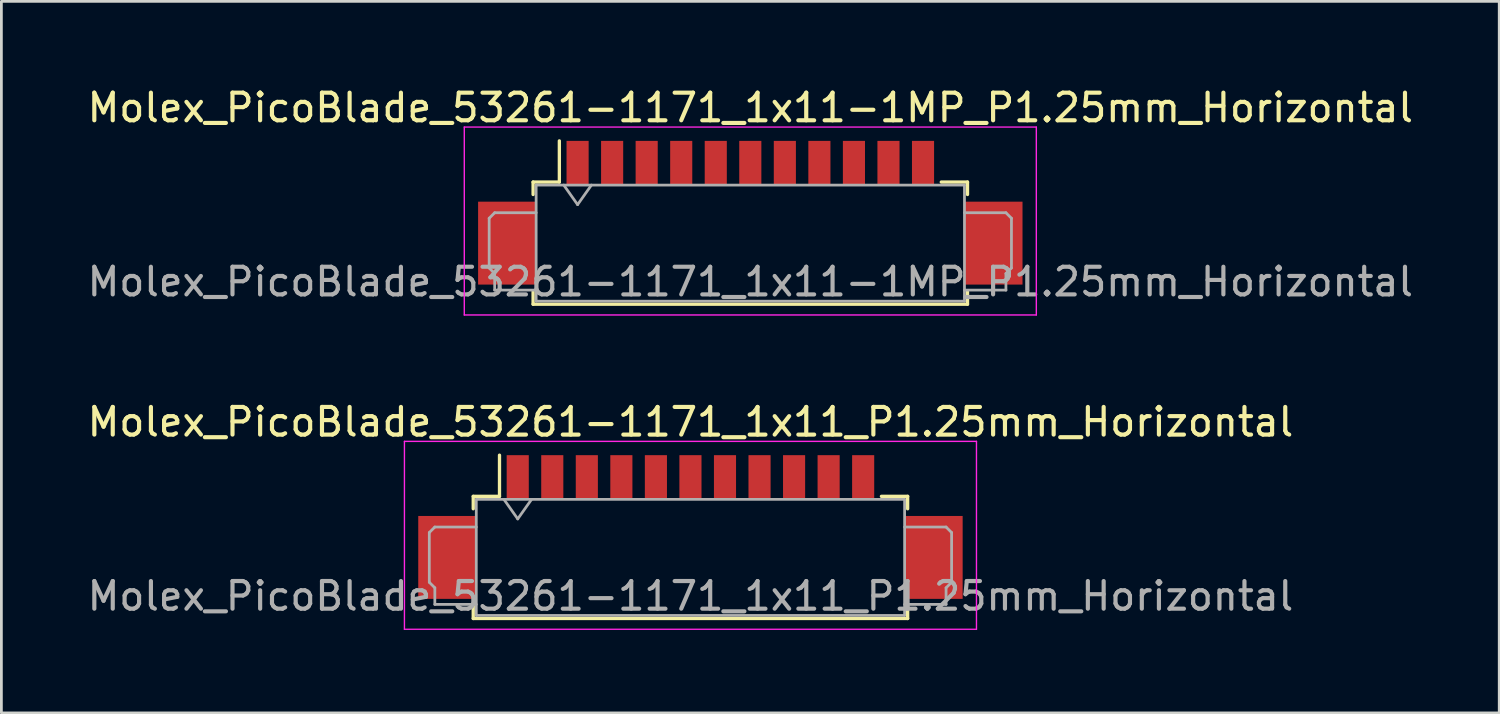
<source format=kicad_pcb>
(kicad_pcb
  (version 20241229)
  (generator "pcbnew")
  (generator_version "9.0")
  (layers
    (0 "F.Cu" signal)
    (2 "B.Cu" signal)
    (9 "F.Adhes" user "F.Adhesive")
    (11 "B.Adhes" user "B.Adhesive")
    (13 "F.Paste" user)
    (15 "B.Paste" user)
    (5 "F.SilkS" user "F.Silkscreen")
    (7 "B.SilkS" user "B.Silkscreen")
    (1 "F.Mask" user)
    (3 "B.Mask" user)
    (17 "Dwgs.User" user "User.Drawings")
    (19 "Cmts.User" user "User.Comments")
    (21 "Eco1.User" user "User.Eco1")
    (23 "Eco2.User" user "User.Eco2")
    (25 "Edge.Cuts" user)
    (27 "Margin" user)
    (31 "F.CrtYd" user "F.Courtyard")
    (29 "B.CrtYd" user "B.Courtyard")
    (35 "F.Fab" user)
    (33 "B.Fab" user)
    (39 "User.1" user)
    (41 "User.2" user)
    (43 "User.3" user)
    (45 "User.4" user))
  (footprint "Molex_PicoBlade_53261-1171_1x11_P1.25mm_Horizontal"
    (layer "F.Cu")
    (at 21.935 16.021)
    (property "Reference" "Molex_PicoBlade_53261-1171_1x11_P1.25mm_Horizontal" (at 0 -3.8 0) (layer "F.SilkS") (effects (font (size 1 1) (thickness 0.15))))
    (attr smd)
    (fp_line (start -7.86 -1.11) (end -6.91 -1.11) (stroke (width 0.12) (type solid)) (layer "F.SilkS"))
    (fp_line (start -7.86 -0.66) (end -7.86 -1.11) (stroke (width 0.12) (type solid)) (layer "F.SilkS"))
    (fp_line (start -7.86 2.86) (end -7.86 3.31) (stroke (width 0.12) (type solid)) (layer "F.SilkS"))
    (fp_line (start -7.86 3.31) (end 7.86 3.31) (stroke (width 0.12) (type solid)) (layer "F.SilkS"))
    (fp_line (start -6.91 -1.11) (end -6.91 -2.6) (stroke (width 0.12) (type solid)) (layer "F.SilkS"))
    (fp_line (start 7.86 -1.11) (end 6.91 -1.11) (stroke (width 0.12) (type solid)) (layer "F.SilkS"))
    (fp_line (start 7.86 -0.66) (end 7.86 -1.11) (stroke (width 0.12) (type solid)) (layer "F.SilkS"))
    (fp_line (start 7.86 3.31) (end 7.86 2.86) (stroke (width 0.12) (type solid)) (layer "F.SilkS"))
    (fp_line (start -10.35 -3.1) (end -10.35 3.7) (stroke (width 0.05) (type solid)) (layer "F.CrtYd"))
    (fp_line (start -10.35 3.7) (end 10.35 3.7) (stroke (width 0.05) (type solid)) (layer "F.CrtYd"))
    (fp_line (start 10.35 -3.1) (end -10.35 -3.1) (stroke (width 0.05) (type solid)) (layer "F.CrtYd"))
    (fp_line (start 10.35 3.7) (end 10.35 -3.1) (stroke (width 0.05) (type solid)) (layer "F.CrtYd"))
    (fp_line (start -9.45 0.2) (end -9.45 2) (stroke (width 0.1) (type solid)) (layer "F.Fab"))
    (fp_line (start -9.45 2) (end -9.25 2.2) (stroke (width 0.1) (type solid)) (layer "F.Fab"))
    (fp_line (start -9.25 0) (end -9.45 0.2) (stroke (width 0.1) (type solid)) (layer "F.Fab"))
    (fp_line (start -9.25 2.2) (end -9.25 2.8) (stroke (width 0.1) (type solid)) (layer "F.Fab"))
    (fp_line (start -9.25 2.8) (end -7.75 2.8) (stroke (width 0.1) (type solid)) (layer "F.Fab"))
    (fp_line (start -7.75 -1) (end -7.75 3.2) (stroke (width 0.1) (type solid)) (layer "F.Fab"))
    (fp_line (start -7.75 -1) (end 7.75 -1) (stroke (width 0.1) (type solid)) (layer "F.Fab"))
    (fp_line (start -7.75 0) (end -9.25 0) (stroke (width 0.1) (type solid)) (layer "F.Fab"))
    (fp_line (start -7.75 3.2) (end 7.75 3.2) (stroke (width 0.1) (type solid)) (layer "F.Fab"))
    (fp_line (start -6.75 -1) (end -6.25 -0.293) (stroke (width 0.1) (type solid)) (layer "F.Fab"))
    (fp_line (start -6.25 -0.293) (end -5.75 -1) (stroke (width 0.1) (type solid)) (layer "F.Fab"))
    (fp_line (start 7.75 -1) (end 7.75 3.2) (stroke (width 0.1) (type solid)) (layer "F.Fab"))
    (fp_line (start 7.75 0) (end 9.25 0) (stroke (width 0.1) (type solid)) (layer "F.Fab"))
    (fp_line (start 9.25 0) (end 9.45 0.2) (stroke (width 0.1) (type solid)) (layer "F.Fab"))
    (fp_line (start 9.25 2.2) (end 9.25 2.8) (stroke (width 0.1) (type solid)) (layer "F.Fab"))
    (fp_line (start 9.25 2.8) (end 7.75 2.8) (stroke (width 0.1) (type solid)) (layer "F.Fab"))
    (fp_line (start 9.45 0.2) (end 9.45 2) (stroke (width 0.1) (type solid)) (layer "F.Fab"))
    (fp_line (start 9.45 2) (end 9.25 2.2) (stroke (width 0.1) (type solid)) (layer "F.Fab"))
    (fp_text user "${REFERENCE}" (at 0 2.5 0) (layer "F.Fab") (effects (font (size 1 1) (thickness 0.15))))
    (pad "" smd rect (at -8.8 1.1) (size 2.1 3) (layers "F.Cu" "F.Mask" "F.Paste"))
    (pad "" smd rect (at 8.8 1.1) (size 2.1 3) (layers "F.Cu" "F.Mask" "F.Paste"))
    (pad "1" smd rect (at -6.25 -1.8) (size 0.8 1.6) (layers "F.Cu" "F.Mask" "F.Paste"))
    (pad "2" smd rect (at -5 -1.8) (size 0.8 1.6) (layers "F.Cu" "F.Mask" "F.Paste"))
    (pad "3" smd rect (at -3.75 -1.8) (size 0.8 1.6) (layers "F.Cu" "F.Mask" "F.Paste"))
    (pad "4" smd rect (at -2.5 -1.8) (size 0.8 1.6) (layers "F.Cu" "F.Mask" "F.Paste"))
    (pad "5" smd rect (at -1.25 -1.8) (size 0.8 1.6) (layers "F.Cu" "F.Mask" "F.Paste"))
    (pad "6" smd rect (at 0 -1.8) (size 0.8 1.6) (layers "F.Cu" "F.Mask" "F.Paste"))
    (pad "7" smd rect (at 1.25 -1.8) (size 0.8 1.6) (layers "F.Cu" "F.Mask" "F.Paste"))
    (pad "8" smd rect (at 2.5 -1.8) (size 0.8 1.6) (layers "F.Cu" "F.Mask" "F.Paste"))
    (pad "9" smd rect (at 3.75 -1.8) (size 0.8 1.6) (layers "F.Cu" "F.Mask" "F.Paste"))
    (pad "10" smd rect (at 5 -1.8) (size 0.8 1.6) (layers "F.Cu" "F.Mask" "F.Paste"))
    (pad "11" smd rect (at 6.25 -1.8) (size 0.8 1.6) (layers "F.Cu" "F.Mask" "F.Paste")))
  (footprint "Molex_PicoBlade_53261-1171_1x11-1MP_P1.25mm_Horizontal"
    (layer "F.Cu")
    (at 24.101 5.248)
    (property "Reference" "Molex_PicoBlade_53261-1171_1x11-1MP_P1.25mm_Horizontal" (at 0 -4.4 0) (layer "F.SilkS") (effects (font (size 1 1) (thickness 0.15))))
    (attr smd)
    (fp_line (start -7.86 -1.71) (end -6.91 -1.71) (stroke (width 0.12) (type solid)) (layer "F.SilkS"))
    (fp_line (start -7.86 -1.26) (end -7.86 -1.71) (stroke (width 0.12) (type solid)) (layer "F.SilkS"))
    (fp_line (start -7.86 2.26) (end -7.86 2.71) (stroke (width 0.12) (type solid)) (layer "F.SilkS"))
    (fp_line (start -7.86 2.71) (end 7.86 2.71) (stroke (width 0.12) (type solid)) (layer "F.SilkS"))
    (fp_line (start -6.91 -1.71) (end -6.91 -3.2) (stroke (width 0.12) (type solid)) (layer "F.SilkS"))
    (fp_line (start 7.86 -1.71) (end 6.91 -1.71) (stroke (width 0.12) (type solid)) (layer "F.SilkS"))
    (fp_line (start 7.86 -1.26) (end 7.86 -1.71) (stroke (width 0.12) (type solid)) (layer "F.SilkS"))
    (fp_line (start 7.86 2.71) (end 7.86 2.26) (stroke (width 0.12) (type solid)) (layer "F.SilkS"))
    (fp_line (start -10.35 -3.7) (end -10.35 3.1) (stroke (width 0.05) (type solid)) (layer "F.CrtYd"))
    (fp_line (start -10.35 3.1) (end 10.35 3.1) (stroke (width 0.05) (type solid)) (layer "F.CrtYd"))
    (fp_line (start 10.35 -3.7) (end -10.35 -3.7) (stroke (width 0.05) (type solid)) (layer "F.CrtYd"))
    (fp_line (start 10.35 3.1) (end 10.35 -3.7) (stroke (width 0.05) (type solid)) (layer "F.CrtYd"))
    (fp_line (start -9.45 -0.4) (end -9.45 1.4) (stroke (width 0.1) (type solid)) (layer "F.Fab"))
    (fp_line (start -9.45 1.4) (end -9.25 1.6) (stroke (width 0.1) (type solid)) (layer "F.Fab"))
    (fp_line (start -9.25 -0.6) (end -9.45 -0.4) (stroke (width 0.1) (type solid)) (layer "F.Fab"))
    (fp_line (start -9.25 1.6) (end -9.25 2.2) (stroke (width 0.1) (type solid)) (layer "F.Fab"))
    (fp_line (start -9.25 2.2) (end -7.75 2.2) (stroke (width 0.1) (type solid)) (layer "F.Fab"))
    (fp_line (start -7.75 -1.6) (end -7.75 2.6) (stroke (width 0.1) (type solid)) (layer "F.Fab"))
    (fp_line (start -7.75 -1.6) (end 7.75 -1.6) (stroke (width 0.1) (type solid)) (layer "F.Fab"))
    (fp_line (start -7.75 -0.6) (end -9.25 -0.6) (stroke (width 0.1) (type solid)) (layer "F.Fab"))
    (fp_line (start -7.75 2.6) (end 7.75 2.6) (stroke (width 0.1) (type solid)) (layer "F.Fab"))
    (fp_line (start -6.75 -1.6) (end -6.25 -0.893) (stroke (width 0.1) (type solid)) (layer "F.Fab"))
    (fp_line (start -6.25 -0.893) (end -5.75 -1.6) (stroke (width 0.1) (type solid)) (layer "F.Fab"))
    (fp_line (start 7.75 -1.6) (end 7.75 2.6) (stroke (width 0.1) (type solid)) (layer "F.Fab"))
    (fp_line (start 7.75 -0.6) (end 9.25 -0.6) (stroke (width 0.1) (type solid)) (layer "F.Fab"))
    (fp_line (start 9.25 -0.6) (end 9.45 -0.4) (stroke (width 0.1) (type solid)) (layer "F.Fab"))
    (fp_line (start 9.25 1.6) (end 9.25 2.2) (stroke (width 0.1) (type solid)) (layer "F.Fab"))
    (fp_line (start 9.25 2.2) (end 7.75 2.2) (stroke (width 0.1) (type solid)) (layer "F.Fab"))
    (fp_line (start 9.45 -0.4) (end 9.45 1.4) (stroke (width 0.1) (type solid)) (layer "F.Fab"))
    (fp_line (start 9.45 1.4) (end 9.25 1.6) (stroke (width 0.1) (type solid)) (layer "F.Fab"))
    (fp_text user "${REFERENCE}" (at 0 1.9 0) (layer "F.Fab") (effects (font (size 1 1) (thickness 0.15))))
    (pad "1" smd rect (at -6.25 -2.4) (size 0.8 1.6) (layers "F.Cu" "F.Mask" "F.Paste"))
    (pad "2" smd rect (at -5 -2.4) (size 0.8 1.6) (layers "F.Cu" "F.Mask" "F.Paste"))
    (pad "3" smd rect (at -3.75 -2.4) (size 0.8 1.6) (layers "F.Cu" "F.Mask" "F.Paste"))
    (pad "4" smd rect (at -2.5 -2.4) (size 0.8 1.6) (layers "F.Cu" "F.Mask" "F.Paste"))
    (pad "5" smd rect (at -1.25 -2.4) (size 0.8 1.6) (layers "F.Cu" "F.Mask" "F.Paste"))
    (pad "6" smd rect (at 0 -2.4) (size 0.8 1.6) (layers "F.Cu" "F.Mask" "F.Paste"))
    (pad "7" smd rect (at 1.25 -2.4) (size 0.8 1.6) (layers "F.Cu" "F.Mask" "F.Paste"))
    (pad "8" smd rect (at 2.5 -2.4) (size 0.8 1.6) (layers "F.Cu" "F.Mask" "F.Paste"))
    (pad "9" smd rect (at 3.75 -2.4) (size 0.8 1.6) (layers "F.Cu" "F.Mask" "F.Paste"))
    (pad "10" smd rect (at 5 -2.4) (size 0.8 1.6) (layers "F.Cu" "F.Mask" "F.Paste"))
    (pad "11" smd rect (at 6.25 -2.4) (size 0.8 1.6) (layers "F.Cu" "F.Mask" "F.Paste"))
    (pad "MP" smd rect (at -8.8 0.5) (size 2.1 3) (layers "F.Cu" "F.Mask" "F.Paste"))
    (pad "MP" smd rect (at 8.8 0.5) (size 2.1 3) (layers "F.Cu" "F.Mask" "F.Paste")))
  (gr_rect
    (start -3 -3)
    (end 51.202 22.747)
    (stroke (width 0.1) (type default))
    (fill no)
    (layer "Edge.Cuts")))
</source>
